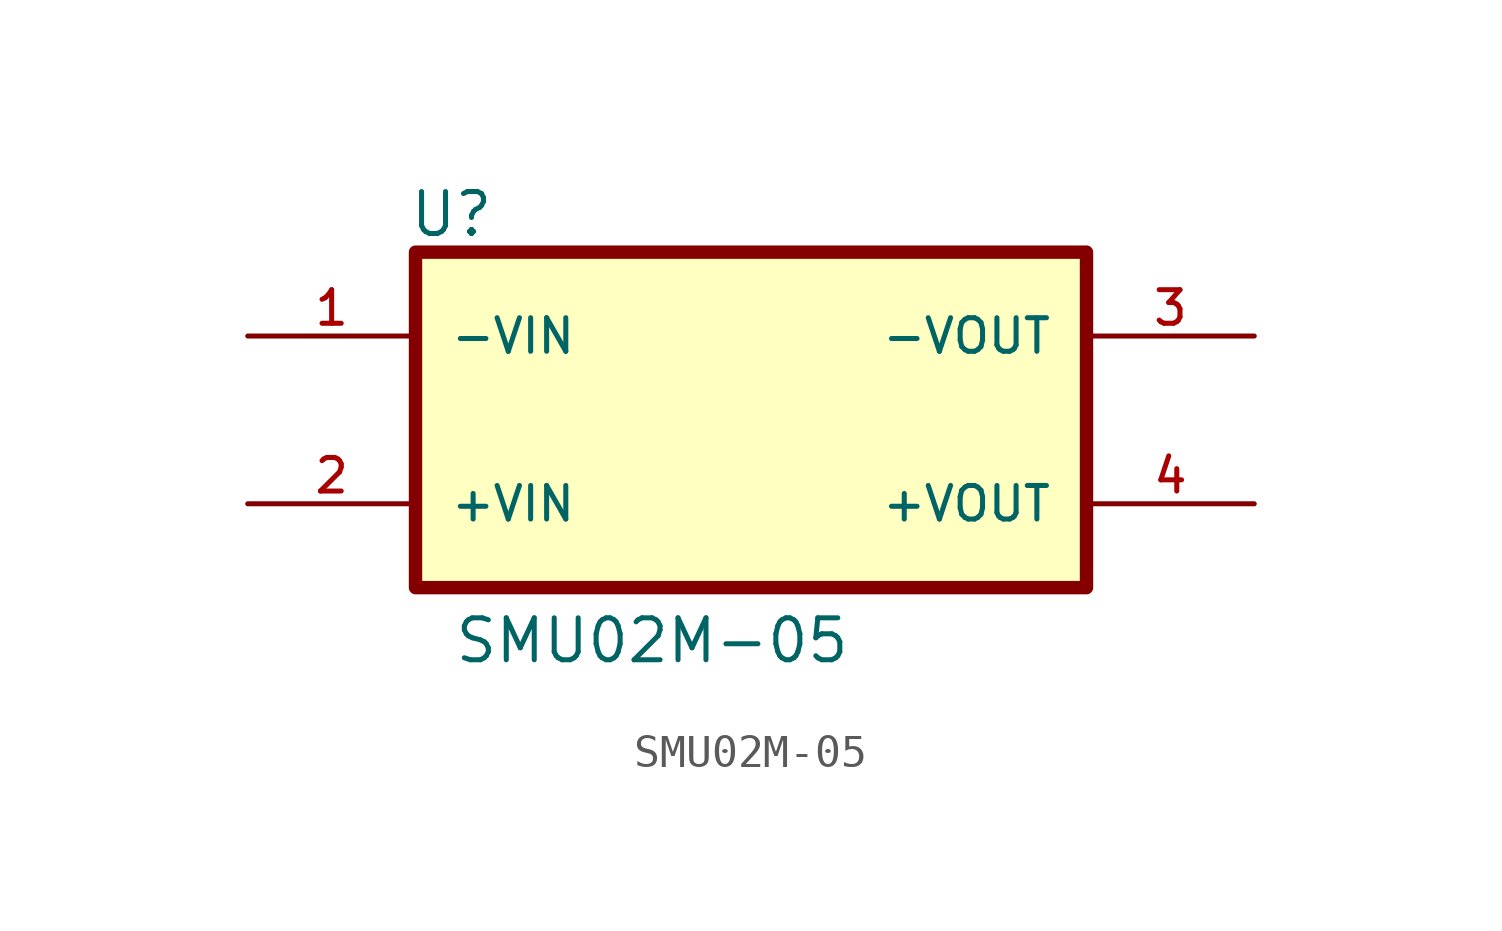
<source format=kicad_sym>
(kicad_symbol_lib
  (version 20211014)
  (generator kicad_symbol_editor)
  (symbol "SMU02M-05"
    (pin_names
      (offset 1.016))
    (property "Reference" "U"
      (at -10.379 5.482 0.0)
      (effects (font (size 1.27 1.27)) (justify bottom left)))
    (property "Value" "SMU02M-05"
      (at -9.023 -7.427 0.0)
      (effects (font (size 1.27 1.27)) (justify bottom left)))
    (symbol "SMU02M-05_0_0"
      (rectangle (start -10.16 -5.08) (end 10.16 5.08) (stroke (width 0.406)) (fill (type background)))
      (pin input line (at -15.24 -2.54 0) (length 5.08) (name "+VIN" (effects (font (size 1.016 1.016)))) (number "2" (effects (font (size 1.016 1.016)))))
      (pin input line (at -15.24 2.54 0) (length 5.08) (name "-VIN" (effects (font (size 1.016 1.016)))) (number "1" (effects (font (size 1.016 1.016)))))
      (pin output line (at 15.24 2.54 180.0) (length 5.08) (name "-VOUT" (effects (font (size 1.016 1.016)))) (number "3" (effects (font (size 1.016 1.016)))))
      (pin output line (at 15.24 -2.54 180.0) (length 5.08) (name "+VOUT" (effects (font (size 1.016 1.016)))) (number "4" (effects (font (size 1.016 1.016))))))))
</source>
